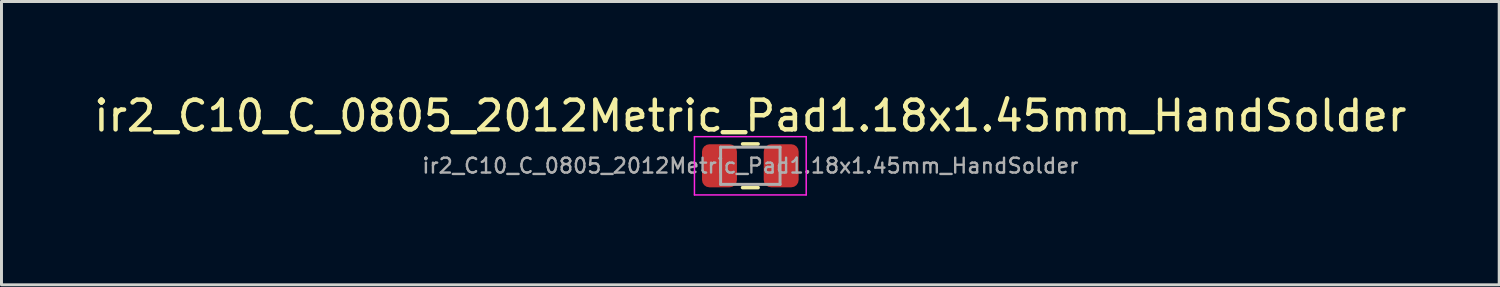
<source format=kicad_pcb>
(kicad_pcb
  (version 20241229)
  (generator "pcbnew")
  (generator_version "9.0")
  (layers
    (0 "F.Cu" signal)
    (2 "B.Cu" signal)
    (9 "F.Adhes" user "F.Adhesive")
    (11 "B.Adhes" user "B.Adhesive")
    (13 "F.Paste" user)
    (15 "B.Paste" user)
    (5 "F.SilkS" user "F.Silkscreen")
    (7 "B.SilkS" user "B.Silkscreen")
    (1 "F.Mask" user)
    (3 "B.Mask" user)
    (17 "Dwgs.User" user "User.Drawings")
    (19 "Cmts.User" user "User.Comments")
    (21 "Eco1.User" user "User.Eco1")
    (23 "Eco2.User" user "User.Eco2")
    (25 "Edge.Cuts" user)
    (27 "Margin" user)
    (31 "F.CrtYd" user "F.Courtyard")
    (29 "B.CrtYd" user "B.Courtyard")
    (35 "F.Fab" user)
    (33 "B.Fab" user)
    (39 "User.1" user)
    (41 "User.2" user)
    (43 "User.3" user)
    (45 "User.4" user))
  (footprint "ir2_C10_C_0805_2012Metric_Pad1.18x1.45mm_HandSolder"
    (layer "F.Cu")
    (at 22.196 2.528)
    (property "Reference" "ir2_C10_C_0805_2012Metric_Pad1.18x1.45mm_HandSolder" (at 0 -1.68 0) (layer "F.SilkS") (effects (font (size 1 1) (thickness 0.15))))
    (attr smd)
    (fp_line (start -0.261 -0.735) (end 0.261 -0.735) (stroke (width 0.12) (type solid)) (layer "F.SilkS"))
    (fp_line (start -0.261 0.735) (end 0.261 0.735) (stroke (width 0.12) (type solid)) (layer "F.SilkS"))
    (fp_line (start -1.88 -0.98) (end 1.88 -0.98) (stroke (width 0.05) (type solid)) (layer "F.CrtYd"))
    (fp_line (start -1.88 0.98) (end -1.88 -0.98) (stroke (width 0.05) (type solid)) (layer "F.CrtYd"))
    (fp_line (start 1.88 -0.98) (end 1.88 0.98) (stroke (width 0.05) (type solid)) (layer "F.CrtYd"))
    (fp_line (start 1.88 0.98) (end -1.88 0.98) (stroke (width 0.05) (type solid)) (layer "F.CrtYd"))
    (fp_line (start -1 -0.625) (end 1 -0.625) (stroke (width 0.1) (type solid)) (layer "F.Fab"))
    (fp_line (start -1 0.625) (end -1 -0.625) (stroke (width 0.1) (type solid)) (layer "F.Fab"))
    (fp_line (start 1 -0.625) (end 1 0.625) (stroke (width 0.1) (type solid)) (layer "F.Fab"))
    (fp_line (start 1 0.625) (end -1 0.625) (stroke (width 0.1) (type solid)) (layer "F.Fab"))
    (fp_text user "${REFERENCE}" (at 0 0 0) (layer "F.Fab") (effects (font (size 0.5 0.5) (thickness 0.08))))
    (pad "1" smd roundrect (at -1.038 0) (size 1.175 1.45) (layers "F.Cu" "F.Mask" "F.Paste") (roundrect_rratio 0.213))
    (pad "2" smd roundrect (at 1.038 0) (size 1.175 1.45) (layers "F.Cu" "F.Mask" "F.Paste") (roundrect_rratio 0.213)))
  (gr_rect
    (start -3 -3)
    (end 47.393 6.533)
    (stroke (width 0.1) (type default))
    (fill no)
    (layer "Edge.Cuts")))
</source>
